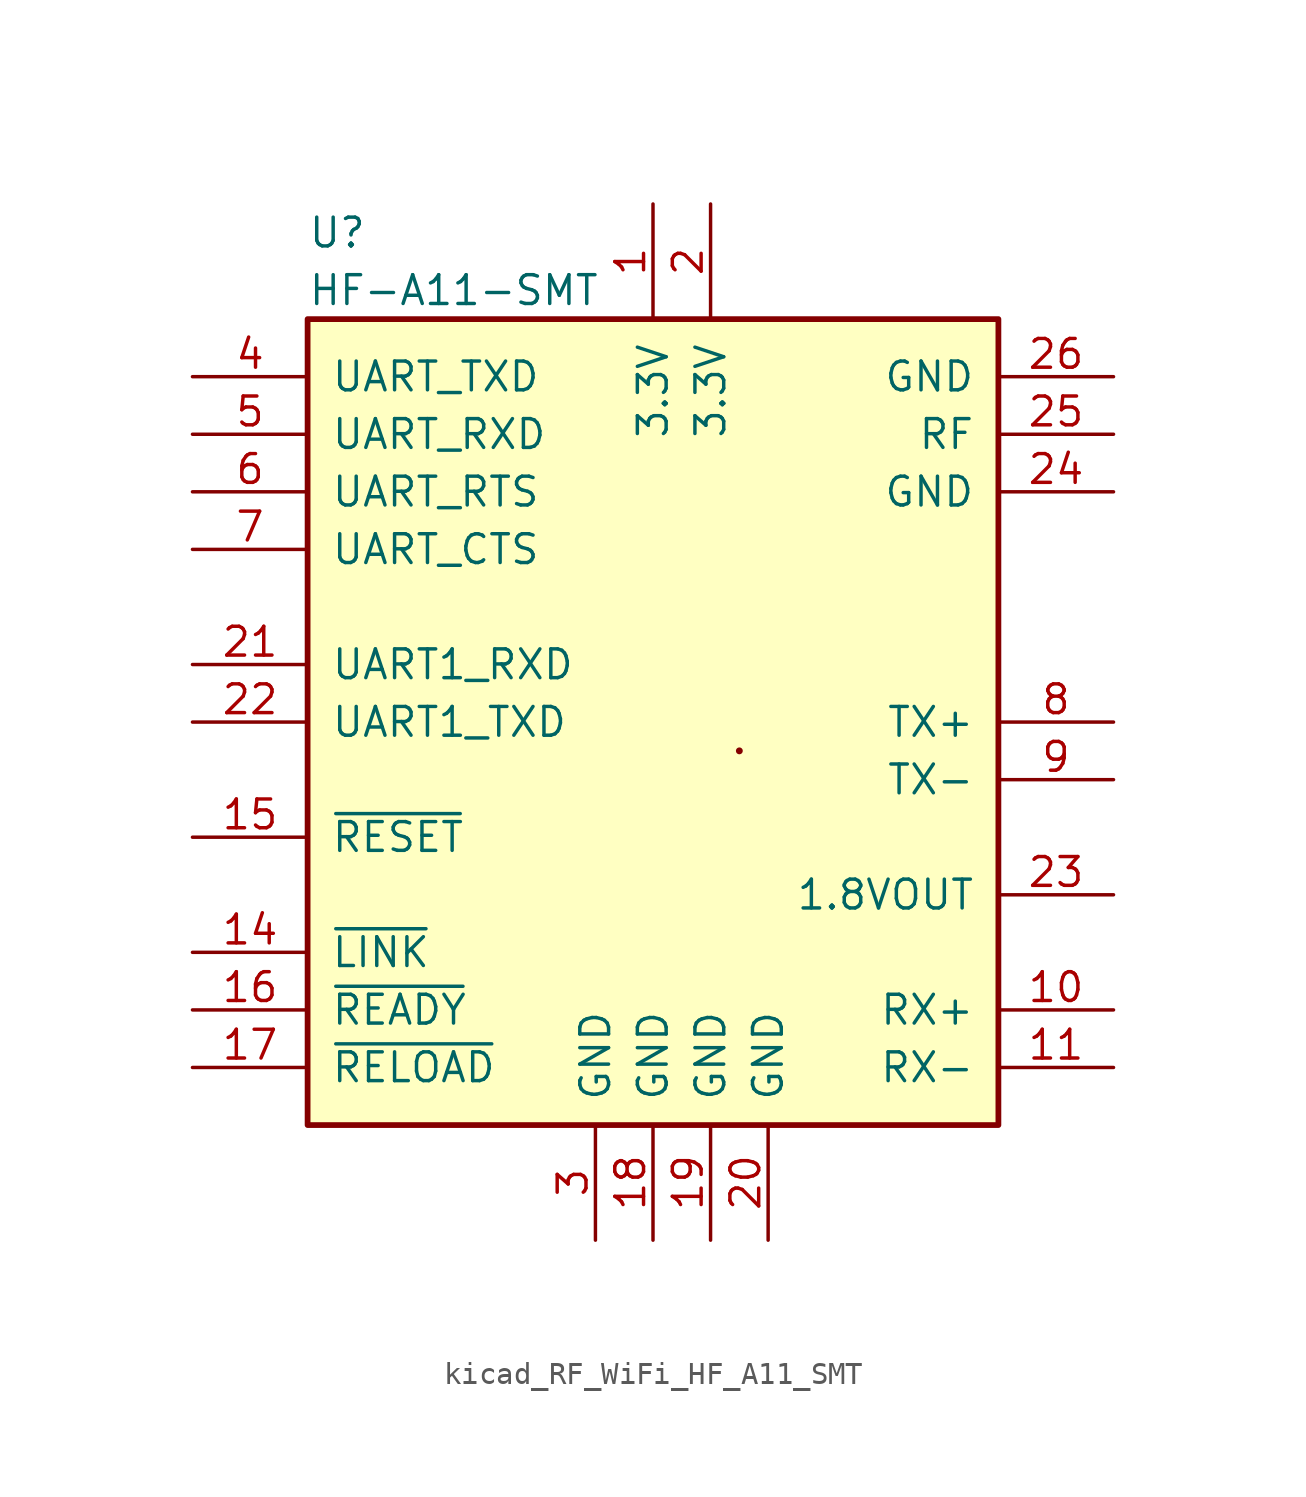
<source format=kicad_sym>
(kicad_symbol_lib
  (version 20220914)
  (generator kicad_symbol_editor)
  (symbol "kicad_RF_WiFi_HF_A11_SMT"
    (pin_names
      (offset 1.016))
    (property "Reference" "U"
      (at -15.24 21.59 0)
      (effects (font (size 1.27 1.27)) (justify left)))
    (property "Value" "HF-A11-SMT"
      (at -15.24 19.05 0)
      (effects (font (size 1.27 1.27)) (justify left)))
    (symbol "kicad_RF_WiFi_HF_A11_SMT_0_1"
      (rectangle (start -15.24 17.78) (end 15.24 -17.78) (stroke (width 0.254) (type default)) (fill (type background)))
      (circle (center 3.81 -1.27) (radius 0.0001) (stroke (width 0) (type default)) (fill (type none))))
    (symbol "kicad_RF_WiFi_HF_A11_SMT_1_1"
      (pin power_in line (at 0 22.86 270) (length 5.08) (name "3.3V" (effects (font (size 1.27 1.27)))) (number "1" (effects (font (size 1.27 1.27)))))
      (pin passive line (at 20.32 -12.7 180) (length 5.08) (name "RX+" (effects (font (size 1.27 1.27)))) (number "10" (effects (font (size 1.27 1.27)))))
      (pin passive line (at 20.32 -15.24 180) (length 5.08) (name "RX-" (effects (font (size 1.27 1.27)))) (number "11" (effects (font (size 1.27 1.27)))))
      (pin output line (at -20.32 -10.16 0) (length 5.08) (name "~{LINK}" (effects (font (size 1.27 1.27)))) (number "14" (effects (font (size 1.27 1.27)))))
      (pin input line (at -20.32 -5.08 0) (length 5.08) (name "~{RESET}" (effects (font (size 1.27 1.27)))) (number "15" (effects (font (size 1.27 1.27)))))
      (pin output line (at -20.32 -12.7 0) (length 5.08) (name "~{READY}" (effects (font (size 1.27 1.27)))) (number "16" (effects (font (size 1.27 1.27)))))
      (pin input line (at -20.32 -15.24 0) (length 5.08) (name "~{RELOAD}" (effects (font (size 1.27 1.27)))) (number "17" (effects (font (size 1.27 1.27)))))
      (pin power_in line (at 0 -22.86 90) (length 5.08) (name "GND" (effects (font (size 1.27 1.27)))) (number "18" (effects (font (size 1.27 1.27)))))
      (pin power_in line (at 2.54 -22.86 90) (length 5.08) (name "GND" (effects (font (size 1.27 1.27)))) (number "19" (effects (font (size 1.27 1.27)))))
      (pin power_in line (at 2.54 22.86 270) (length 5.08) (name "3.3V" (effects (font (size 1.27 1.27)))) (number "2" (effects (font (size 1.27 1.27)))))
      (pin power_in line (at 5.08 -22.86 90) (length 5.08) (name "GND" (effects (font (size 1.27 1.27)))) (number "20" (effects (font (size 1.27 1.27)))))
      (pin input line (at -20.32 2.54 0) (length 5.08) (name "UART1_RXD" (effects (font (size 1.27 1.27)))) (number "21" (effects (font (size 1.27 1.27)))))
      (pin output line (at -20.32 0 0) (length 5.08) (name "UART1_TXD" (effects (font (size 1.27 1.27)))) (number "22" (effects (font (size 1.27 1.27)))))
      (pin power_out line (at 20.32 -7.62 180) (length 5.08) (name "1.8VOUT" (effects (font (size 1.27 1.27)))) (number "23" (effects (font (size 1.27 1.27)))))
      (pin power_in line (at 20.32 10.16 180) (length 5.08) (name "GND" (effects (font (size 1.27 1.27)))) (number "24" (effects (font (size 1.27 1.27)))))
      (pin passive line (at 20.32 12.7 180) (length 5.08) (name "RF" (effects (font (size 1.27 1.27)))) (number "25" (effects (font (size 1.27 1.27)))))
      (pin power_in line (at 20.32 15.24 180) (length 5.08) (name "GND" (effects (font (size 1.27 1.27)))) (number "26" (effects (font (size 1.27 1.27)))))
      (pin power_in line (at -2.54 -22.86 90) (length 5.08) (name "GND" (effects (font (size 1.27 1.27)))) (number "3" (effects (font (size 1.27 1.27)))))
      (pin output line (at -20.32 15.24 0) (length 5.08) (name "UART_TXD" (effects (font (size 1.27 1.27)))) (number "4" (effects (font (size 1.27 1.27)))))
      (pin input line (at -20.32 12.7 0) (length 5.08) (name "UART_RXD" (effects (font (size 1.27 1.27)))) (number "5" (effects (font (size 1.27 1.27)))))
      (pin output line (at -20.32 10.16 0) (length 5.08) (name "UART_RTS" (effects (font (size 1.27 1.27)))) (number "6" (effects (font (size 1.27 1.27)))))
      (pin input line (at -20.32 7.62 0) (length 5.08) (name "UART_CTS" (effects (font (size 1.27 1.27)))) (number "7" (effects (font (size 1.27 1.27)))))
      (pin passive line (at 20.32 0 180) (length 5.08) (name "TX+" (effects (font (size 1.27 1.27)))) (number "8" (effects (font (size 1.27 1.27)))))
      (pin passive line (at 20.32 -2.54 180) (length 5.08) (name "TX-" (effects (font (size 1.27 1.27)))) (number "9" (effects (font (size 1.27 1.27))))))))
</source>
